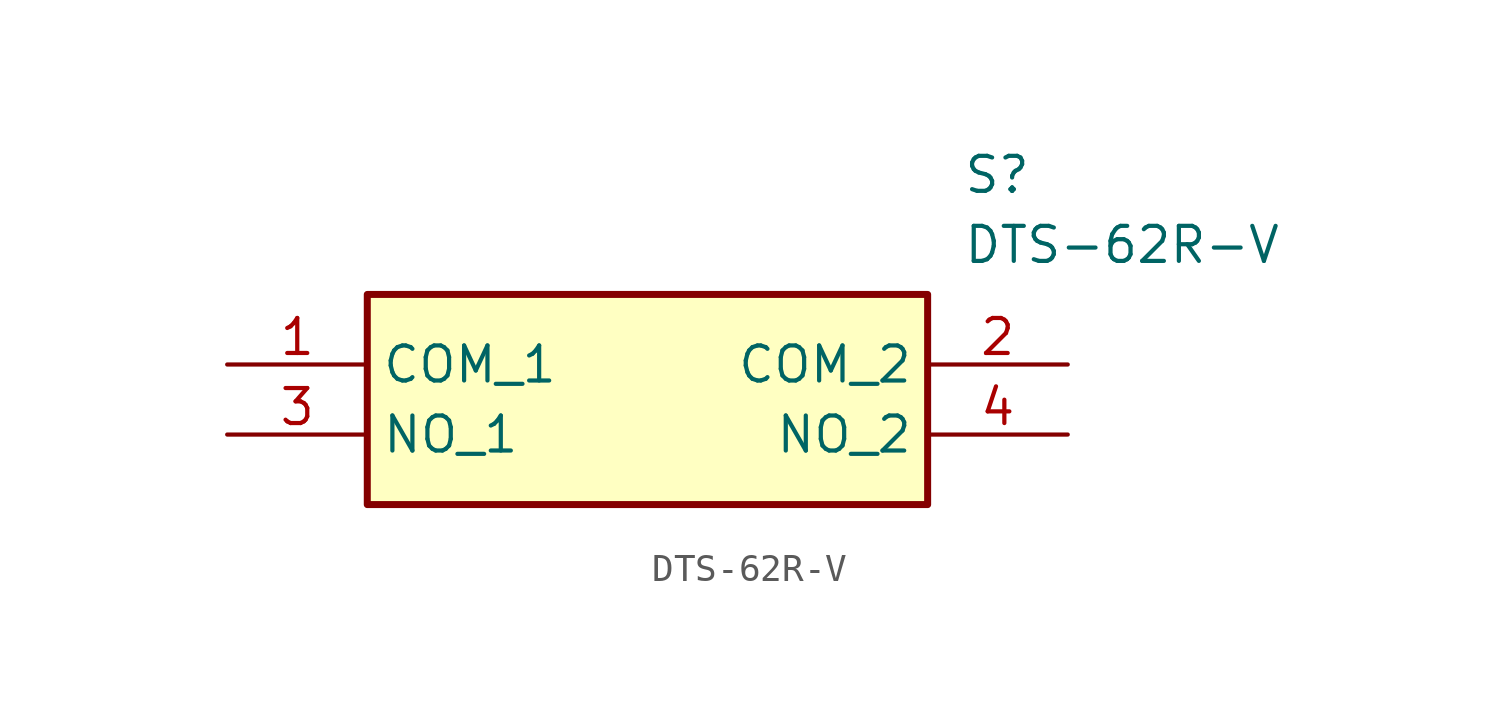
<source format=kicad_sym>
(kicad_symbol_lib
  (version 20211014)
  (generator SamacSys_ECAD_Model)
  (symbol "DTS-62R-V"
    (property "Reference" "S"
      (at 26.67 7.62 0)
      (effects (font (size 1.27 1.27)) (justify left top)))
    (property "Value" "DTS-62R-V"
      (at 26.67 5.08 0)
      (effects (font (size 1.27 1.27)) (justify left top)))
    (rectangle
      (start 5.08 2.54)
      (end 25.4 -5.08)
      (stroke (width 0.254) (type default))
      (fill (type background)))
    (pin passive line
      (at 0 0 0)
      (length 5.08)
      (name "COM_1" (effects (font (size 1.27 1.27))))
      (number "1" (effects (font (size 1.27 1.27)))))
    (pin passive line
      (at 30.48 0 180)
      (length 5.08)
      (name "COM_2" (effects (font (size 1.27 1.27))))
      (number "2" (effects (font (size 1.27 1.27)))))
    (pin passive line
      (at 0 -2.54 0)
      (length 5.08)
      (name "NO_1" (effects (font (size 1.27 1.27))))
      (number "3" (effects (font (size 1.27 1.27)))))
    (pin passive line
      (at 30.48 -2.54 180)
      (length 5.08)
      (name "NO_2" (effects (font (size 1.27 1.27))))
      (number "4" (effects (font (size 1.27 1.27)))))))
</source>
